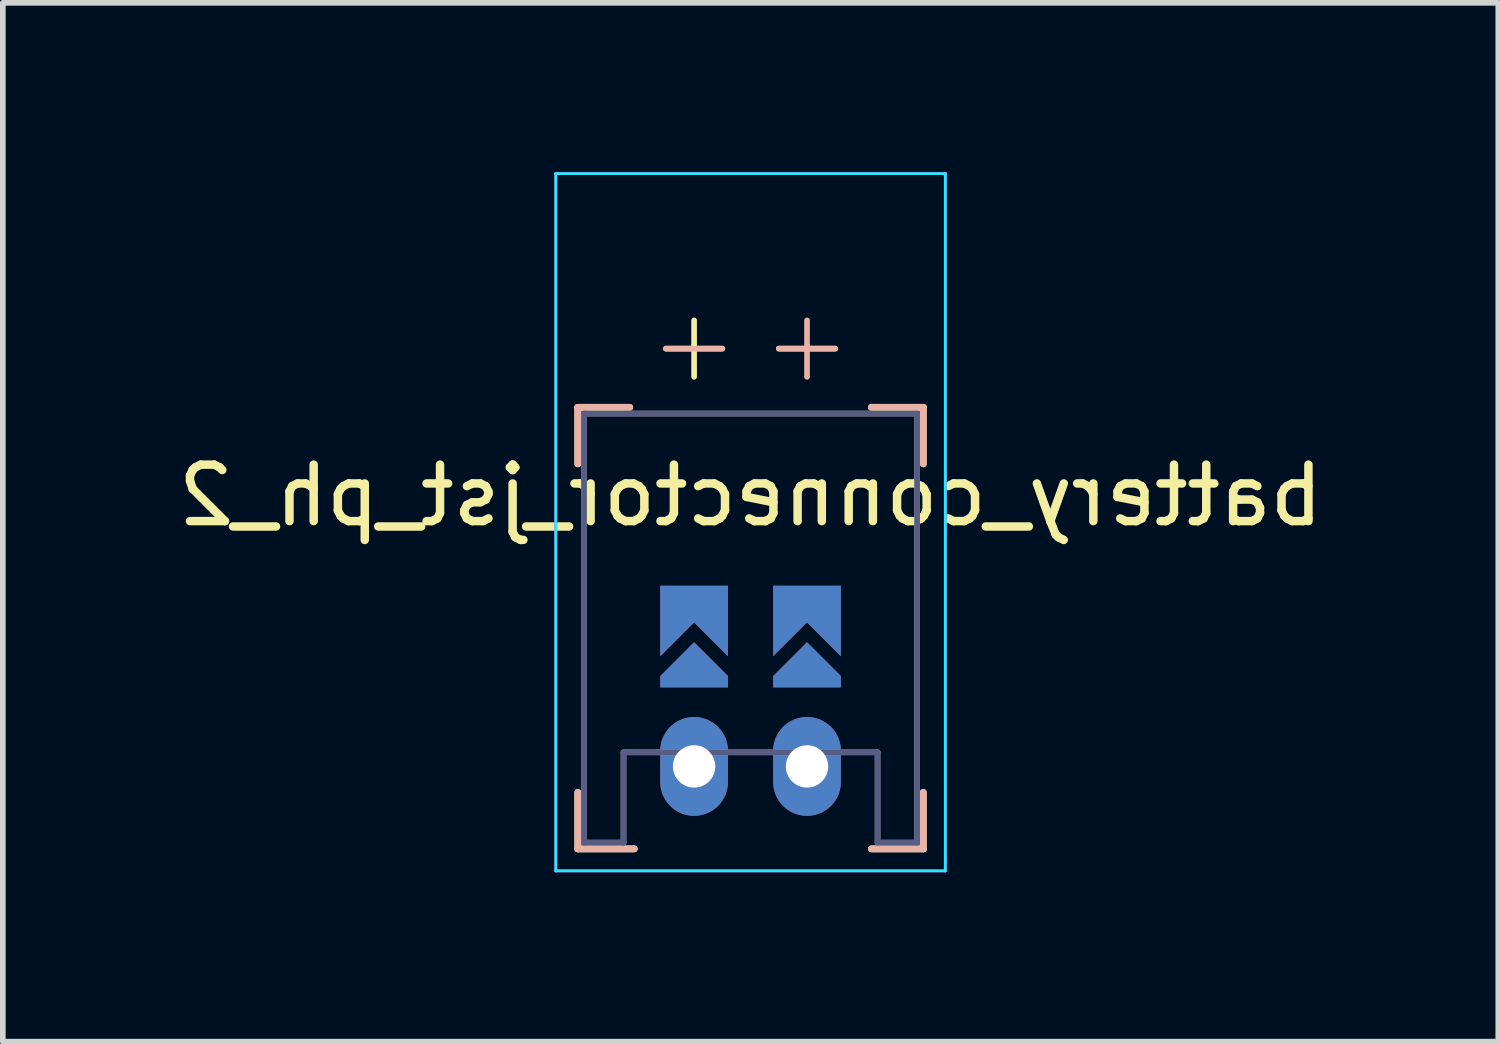
<source format=kicad_pcb>
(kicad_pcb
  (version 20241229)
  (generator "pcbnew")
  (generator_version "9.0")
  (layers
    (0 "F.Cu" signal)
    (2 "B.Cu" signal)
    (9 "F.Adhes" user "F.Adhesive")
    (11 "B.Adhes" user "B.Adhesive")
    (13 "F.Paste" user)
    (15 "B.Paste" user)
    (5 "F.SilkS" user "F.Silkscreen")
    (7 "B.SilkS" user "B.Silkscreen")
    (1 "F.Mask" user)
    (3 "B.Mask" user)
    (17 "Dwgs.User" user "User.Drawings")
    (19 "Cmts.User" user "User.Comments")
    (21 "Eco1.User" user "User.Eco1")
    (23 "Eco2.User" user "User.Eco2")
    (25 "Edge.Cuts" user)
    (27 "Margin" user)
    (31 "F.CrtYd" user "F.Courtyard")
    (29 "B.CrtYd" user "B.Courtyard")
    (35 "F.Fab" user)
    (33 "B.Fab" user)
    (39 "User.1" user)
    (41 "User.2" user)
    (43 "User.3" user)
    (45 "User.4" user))
  (footprint "battery_connector_jst_ph_2"
    (layer "F.Cu")
    (at 10.244 10.525)
    (property "Reference" "battery_connector_jst_ph_2" (at 0 -4.8 0) (layer "F.SilkS") (effects (font (size 1 1) (thickness 0.15)) (justify mirror)))
    (attr exclude_from_pos_files exclude_from_bom)
    (fp_line (start -3.06 -6.36) (end -2.14 -6.36) (stroke (width 0.12) (type solid)) (layer "F.SilkS"))
    (fp_line (start -3.06 -5.36) (end -3.06 -6.36) (stroke (width 0.12) (type solid)) (layer "F.SilkS"))
    (fp_line (start -3.06 0.46) (end -3.06 1.46) (stroke (width 0.12) (type solid)) (layer "F.SilkS"))
    (fp_line (start -3.06 1.46) (end -2.06 1.46) (stroke (width 0.12) (type solid)) (layer "F.SilkS"))
    (fp_line (start -1 -7.9) (end -1 -6.9) (stroke (width 0.1) (type solid)) (layer "F.SilkS"))
    (fp_line (start -0.5 -7.4) (end -1.5 -7.4) (stroke (width 0.1) (type solid)) (layer "F.SilkS"))
    (fp_line (start 0.5 -7.4) (end 1.5 -7.4) (stroke (width 0.1) (type solid)) (layer "F.SilkS"))
    (fp_line (start 3.06 -6.36) (end 2.14 -6.36) (stroke (width 0.12) (type solid)) (layer "F.SilkS"))
    (fp_line (start 3.06 -5.36) (end 3.06 -6.36) (stroke (width 0.12) (type solid)) (layer "F.SilkS"))
    (fp_line (start 3.06 0.46) (end 3.06 1.46) (stroke (width 0.12) (type solid)) (layer "F.SilkS"))
    (fp_line (start 3.06 1.46) (end 2.14 1.46) (stroke (width 0.12) (type solid)) (layer "F.SilkS"))
    (fp_line (start -3.06 -6.36) (end -2.14 -6.36) (stroke (width 0.12) (type solid)) (layer "B.SilkS"))
    (fp_line (start -3.06 -5.36) (end -3.06 -6.36) (stroke (width 0.12) (type solid)) (layer "B.SilkS"))
    (fp_line (start -3.06 0.46) (end -3.06 1.46) (stroke (width 0.12) (type solid)) (layer "B.SilkS"))
    (fp_line (start -3.06 1.46) (end -2.06 1.46) (stroke (width 0.12) (type solid)) (layer "B.SilkS"))
    (fp_line (start -0.5 -7.4) (end -1.5 -7.4) (stroke (width 0.1) (type solid)) (layer "B.SilkS"))
    (fp_line (start 0.5 -7.4) (end 1.5 -7.4) (stroke (width 0.1) (type solid)) (layer "B.SilkS"))
    (fp_line (start 1 -7.9) (end 1 -6.9) (stroke (width 0.1) (type solid)) (layer "B.SilkS"))
    (fp_line (start 3.06 -6.36) (end 2.14 -6.36) (stroke (width 0.12) (type solid)) (layer "B.SilkS"))
    (fp_line (start 3.06 -5.36) (end 3.06 -6.36) (stroke (width 0.12) (type solid)) (layer "B.SilkS"))
    (fp_line (start 3.06 0.46) (end 3.06 1.46) (stroke (width 0.12) (type solid)) (layer "B.SilkS"))
    (fp_line (start 3.06 1.46) (end 2.14 1.46) (stroke (width 0.12) (type solid)) (layer "B.SilkS"))
    (fp_line (start -3.45 -10.5) (end -3.45 1.85) (stroke (width 0.05) (type solid)) (layer "B.CrtYd"))
    (fp_line (start -3.45 1.85) (end 3.45 1.85) (stroke (width 0.05) (type solid)) (layer "B.CrtYd"))
    (fp_line (start 3.45 -10.5) (end -3.45 -10.5) (stroke (width 0.05) (type solid)) (layer "B.CrtYd"))
    (fp_line (start 3.45 1.85) (end 3.45 -10.5) (stroke (width 0.05) (type solid)) (layer "B.CrtYd"))
    (fp_line (start -3.45 -10.5) (end -3.45 1.85) (stroke (width 0.05) (type solid)) (layer "F.CrtYd"))
    (fp_line (start -3.45 1.85) (end 3.45 1.85) (stroke (width 0.05) (type solid)) (layer "F.CrtYd"))
    (fp_line (start 3.45 -10.5) (end -3.45 -10.5) (stroke (width 0.05) (type solid)) (layer "F.CrtYd"))
    (fp_line (start 3.45 1.85) (end 3.45 -10.5) (stroke (width 0.05) (type solid)) (layer "F.CrtYd"))
    (fp_line (start -2.95 -6.25) (end -2.95 1.35) (stroke (width 0.1) (type solid)) (layer "B.Fab"))
    (fp_line (start -2.95 1.35) (end -2.25 1.35) (stroke (width 0.1) (type solid)) (layer "B.Fab"))
    (fp_line (start -2.25 -0.25) (end 2.25 -0.25) (stroke (width 0.1) (type solid)) (layer "B.Fab"))
    (fp_line (start -2.25 1.35) (end -2.25 -0.25) (stroke (width 0.1) (type solid)) (layer "B.Fab"))
    (fp_line (start 2.25 -0.25) (end 2.25 1.35) (stroke (width 0.1) (type solid)) (layer "B.Fab"))
    (fp_line (start 2.25 1.35) (end 2.95 1.35) (stroke (width 0.1) (type solid)) (layer "B.Fab"))
    (fp_line (start 2.95 -6.25) (end -2.95 -6.25) (stroke (width 0.1) (type solid)) (layer "B.Fab"))
    (fp_line (start 2.95 1.35) (end 2.95 -6.25) (stroke (width 0.1) (type solid)) (layer "B.Fab"))
    (fp_line (start -2.95 -6.25) (end 2.95 -6.25) (stroke (width 0.1) (type solid)) (layer "F.Fab"))
    (fp_line (start -2.95 1.35) (end -2.95 -6.25) (stroke (width 0.1) (type solid)) (layer "F.Fab"))
    (fp_line (start -2.25 -0.25) (end -2.25 1.35) (stroke (width 0.1) (type solid)) (layer "F.Fab"))
    (fp_line (start -2.25 1.35) (end -2.95 1.35) (stroke (width 0.1) (type solid)) (layer "F.Fab"))
    (fp_line (start 2.25 -0.25) (end -2.25 -0.25) (stroke (width 0.1) (type solid)) (layer "F.Fab"))
    (fp_line (start 2.25 1.35) (end 2.25 -0.25) (stroke (width 0.1) (type solid)) (layer "F.Fab"))
    (fp_line (start 2.95 -6.25) (end 2.95 1.35) (stroke (width 0.1) (type solid)) (layer "F.Fab"))
    (fp_line (start 2.95 1.35) (end 2.25 1.35) (stroke (width 0.1) (type solid)) (layer "F.Fab"))
    (pad "1" smd custom (at -1 -2.95 180) (size 1.2 0.5) (layers "B.Cu" "B.Mask" "B.Paste") (options (anchor rect)) (primitives (gr_poly (pts (xy 0.6 0) (xy -0.6 0) (xy -0.6 -1) (xy 0 -0.4) (xy 0.6 -1)) (width 0) (fill yes))))
    (pad "1" smd custom (at 1 -2.95 180) (size 1.2 0.5) (layers "F.Cu" "F.Mask" "F.Paste") (options (anchor rect)) (primitives (gr_poly (pts (xy 0.6 0) (xy -0.6 0) (xy -0.6 -1) (xy 0 -0.4) (xy 0.6 -1)) (width 0) (fill yes))))
    (pad "2" smd custom (at -1 -2.95 180) (size 1.2 0.5) (layers "F.Cu" "F.Mask" "F.Paste") (options (anchor rect)) (primitives (gr_poly (pts (xy 0.6 0) (xy -0.6 0) (xy -0.6 -1) (xy 0 -0.4) (xy 0.6 -1)) (width 0) (fill yes))))
    (pad "2" smd custom (at 1 -2.95 180) (size 1.2 0.5) (layers "B.Cu" "B.Mask" "B.Paste") (options (anchor rect)) (primitives (gr_poly (pts (xy 0.6 0) (xy -0.6 0) (xy -0.6 -1) (xy 0 -0.4) (xy 0.6 -1)) (width 0) (fill yes))))
    (pad "11" smd custom (at -1 -1.8 180) (size 0.1 0.1) (layers "F.Cu" "F.Mask" "F.Paste") (options (anchor rect)) (primitives (gr_poly (pts (xy 0.6 -0.4) (xy -0.6 -0.4) (xy -0.6 -0.2) (xy 0 0.4) (xy 0.6 -0.2)) (width 0) (fill yes))))
    (pad "11" smd custom (at -1 -1.8 180) (size 0.1 0.1) (layers "B.Cu" "B.Mask" "B.Paste") (options (anchor rect)) (primitives (gr_poly (pts (xy 0.6 -0.4) (xy -0.6 -0.4) (xy -0.6 -0.2) (xy 0 0.4) (xy 0.6 -0.2)) (width 0) (fill yes))))
    (pad "11" thru_hole oval (at -1 0) (size 1.2 1.75) (drill 0.75) (layers "*.Cu" "*.Mask"))
    (pad "12" smd custom (at 1 -1.8 180) (size 0.1 0.1) (layers "F.Cu" "F.Mask" "F.Paste") (options (anchor rect)) (primitives (gr_poly (pts (xy 0.6 -0.4) (xy -0.6 -0.4) (xy -0.6 -0.2) (xy 0 0.4) (xy 0.6 -0.2)) (width 0) (fill yes))))
    (pad "12" smd custom (at 1 -1.8 180) (size 0.1 0.1) (layers "B.Cu" "B.Mask" "B.Paste") (options (anchor rect)) (primitives (gr_poly (pts (xy 0.6 -0.4) (xy -0.6 -0.4) (xy -0.6 -0.2) (xy 0 0.4) (xy 0.6 -0.2)) (width 0) (fill yes))))
    (pad "12" thru_hole oval (at 1 0) (size 1.2 1.75) (drill 0.75) (layers "*.Cu" "*.Mask")))
  (gr_rect
    (start -3 -3)
    (end 23.488 15.4)
    (stroke (width 0.1) (type default))
    (fill no)
    (layer "Edge.Cuts")))
</source>
